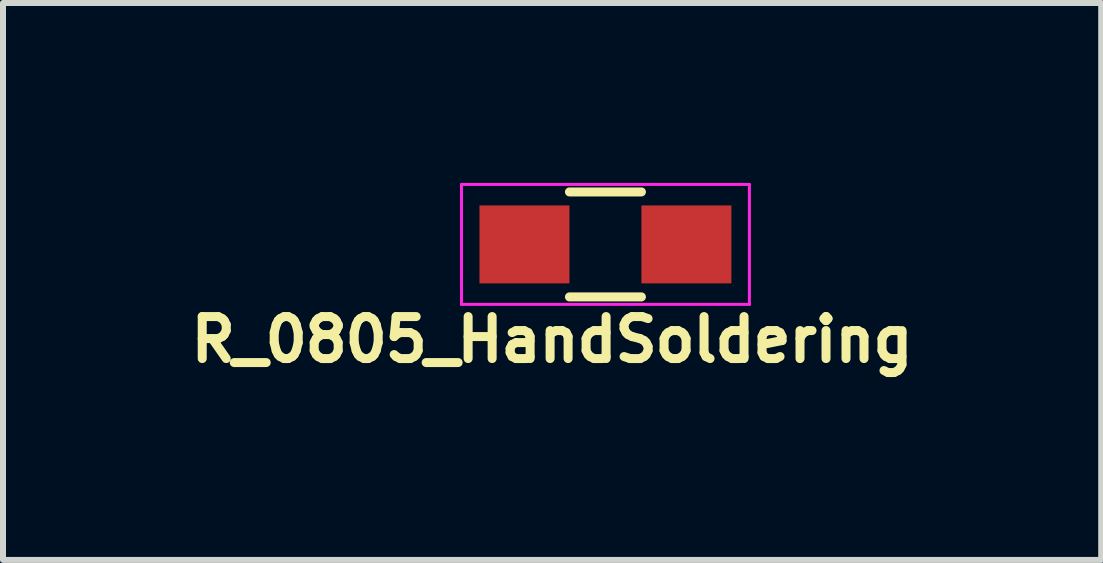
<source format=kicad_pcb>
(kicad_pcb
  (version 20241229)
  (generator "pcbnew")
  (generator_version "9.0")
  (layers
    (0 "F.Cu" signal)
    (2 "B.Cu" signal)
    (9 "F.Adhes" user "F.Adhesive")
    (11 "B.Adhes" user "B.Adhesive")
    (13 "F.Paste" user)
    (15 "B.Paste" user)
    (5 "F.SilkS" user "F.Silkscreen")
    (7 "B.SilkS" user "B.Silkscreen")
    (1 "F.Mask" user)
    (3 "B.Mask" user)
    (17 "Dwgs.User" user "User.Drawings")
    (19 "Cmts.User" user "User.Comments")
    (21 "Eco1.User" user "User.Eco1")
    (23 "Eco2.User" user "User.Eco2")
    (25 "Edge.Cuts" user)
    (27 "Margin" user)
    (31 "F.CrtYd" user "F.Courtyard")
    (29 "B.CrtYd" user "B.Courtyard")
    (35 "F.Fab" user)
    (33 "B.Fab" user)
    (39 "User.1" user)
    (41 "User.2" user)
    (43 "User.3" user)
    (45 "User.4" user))
  (footprint "R_0805_HandSoldering"
    (layer "F.Cu")
    (at 7.044 1.025)
    (property "Reference" "R_0805_HandSoldering" (at -0.889 1.587 0) (layer "F.SilkS") (effects (font (size 0.7 0.7) (thickness 0.15))))
    (attr smd)
    (fp_line (start -0.6 -0.875) (end 0.6 -0.875) (stroke (width 0.15) (type solid)) (layer "F.SilkS"))
    (fp_line (start 0.6 0.875) (end -0.6 0.875) (stroke (width 0.15) (type solid)) (layer "F.SilkS"))
    (fp_line (start -2.4 -1) (end -2.4 1) (stroke (width 0.05) (type solid)) (layer "F.CrtYd"))
    (fp_line (start -2.4 -1) (end 2.4 -1) (stroke (width 0.05) (type solid)) (layer "F.CrtYd"))
    (fp_line (start -2.4 1) (end 2.4 1) (stroke (width 0.05) (type solid)) (layer "F.CrtYd"))
    (fp_line (start 2.4 -1) (end 2.4 1) (stroke (width 0.05) (type solid)) (layer "F.CrtYd"))
    (pad "1" smd rect (at -1.35 0) (size 1.5 1.3) (layers "F.Cu" "F.Mask" "F.Paste"))
    (pad "2" smd rect (at 1.35 0) (size 1.5 1.3) (layers "F.Cu" "F.Mask" "F.Paste")))
  (gr_rect
    (start -3 -3)
    (end 15.31 6.285)
    (stroke (width 0.1) (type default))
    (fill no)
    (layer "Edge.Cuts")))
</source>
